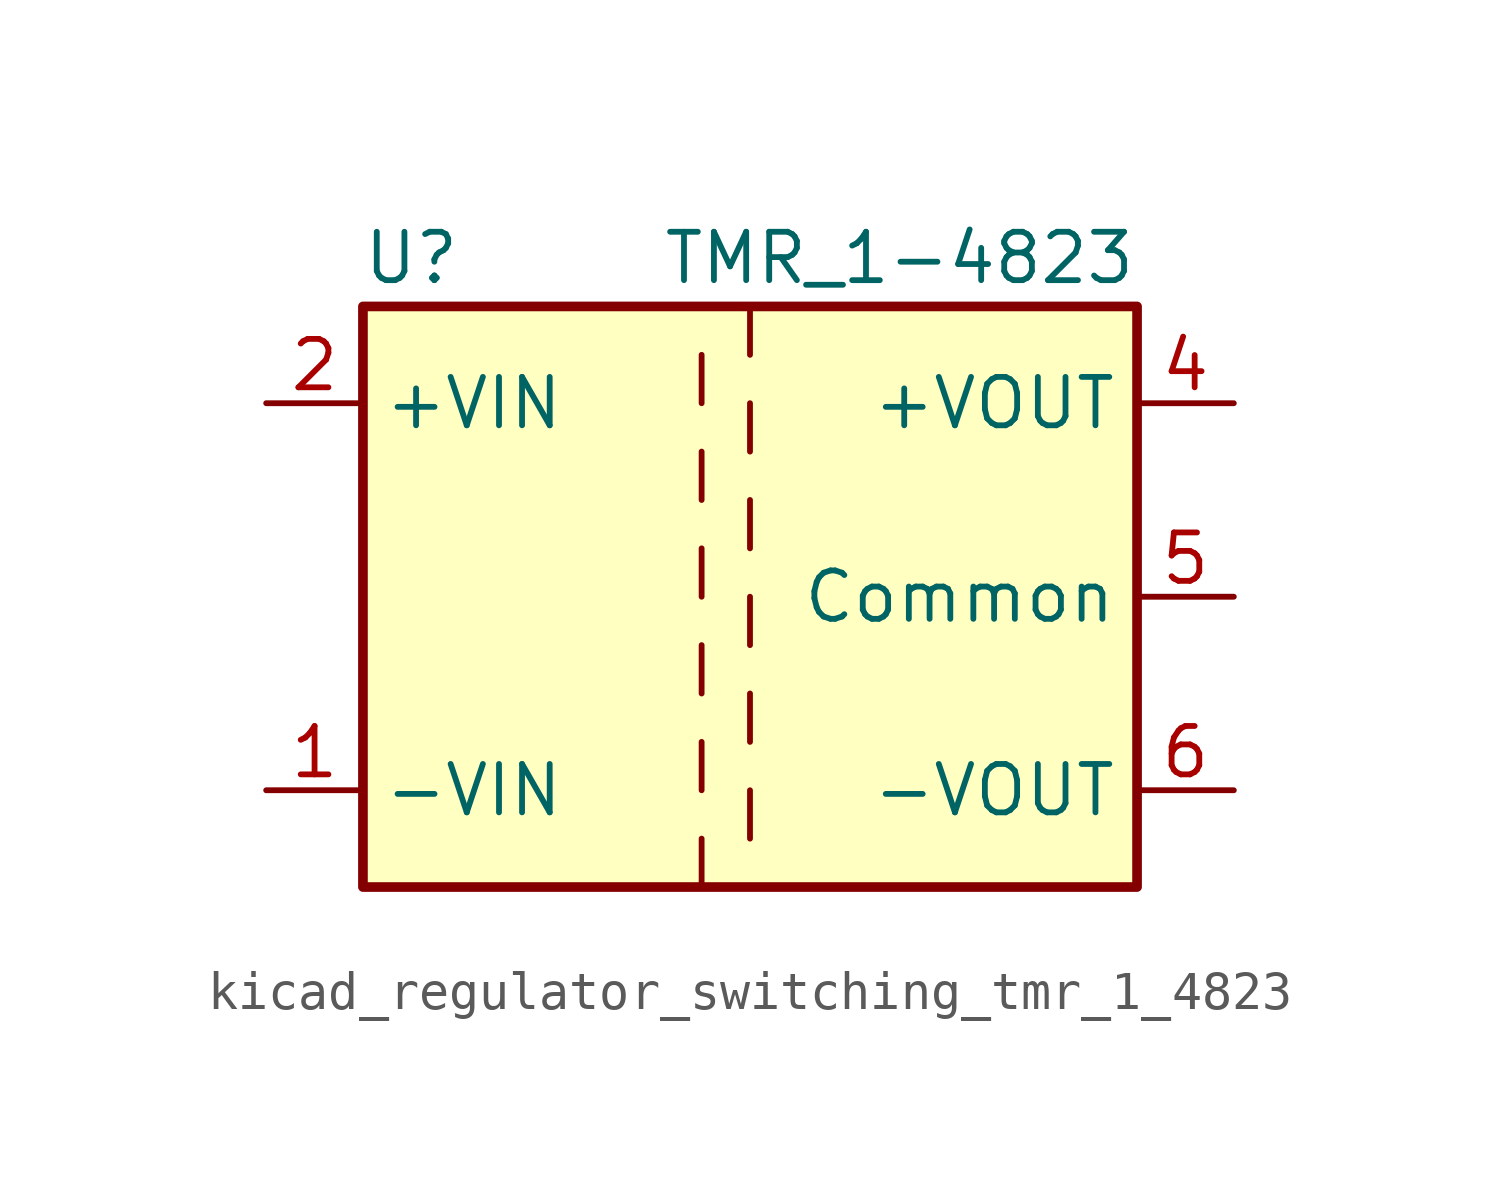
<source format=kicad_sym>
(kicad_symbol_lib
  (version 20220914)
  (generator kicad_symbol_editor)
  (symbol "kicad_regulator_switching_tmr_1_4823"
    (property "Reference" "U"
      (at -8.89 8.89 0)
      (effects (font (size 1.27 1.27))))
    (property "Value" "TMR_1-4823"
      (at 10.16 8.89 0)
      (effects (font (size 1.27 1.27)) (justify right)))
    (symbol "kicad_regulator_switching_tmr_1_4823_0_1"
      (rectangle (start -10.16 7.62) (end 10.16 -7.62) (stroke (width 0.254) (type default)) (fill (type background)))
      (polyline (pts (xy -1.27 -6.35) (xy -1.27 -7.62)) (stroke (width 0) (type default)) (fill (type none)))
      (polyline (pts (xy -1.27 -3.81) (xy -1.27 -5.08)) (stroke (width 0) (type default)) (fill (type none)))
      (polyline (pts (xy -1.27 -1.27) (xy -1.27 -2.54)) (stroke (width 0) (type default)) (fill (type none)))
      (polyline (pts (xy -1.27 1.27) (xy -1.27 0)) (stroke (width 0) (type default)) (fill (type none)))
      (polyline (pts (xy -1.27 3.81) (xy -1.27 2.54)) (stroke (width 0) (type default)) (fill (type none)))
      (polyline (pts (xy -1.27 6.35) (xy -1.27 5.08)) (stroke (width 0) (type default)) (fill (type none)))
      (polyline (pts (xy 0 -5.08) (xy 0 -6.35)) (stroke (width 0) (type default)) (fill (type none)))
      (polyline (pts (xy 0 -2.54) (xy 0 -3.81)) (stroke (width 0) (type default)) (fill (type none)))
      (polyline (pts (xy 0 0) (xy 0 -1.27)) (stroke (width 0) (type default)) (fill (type none)))
      (polyline (pts (xy 0 2.54) (xy 0 1.27)) (stroke (width 0) (type default)) (fill (type none)))
      (polyline (pts (xy 0 5.08) (xy 0 3.81)) (stroke (width 0) (type default)) (fill (type none)))
      (polyline (pts (xy 0 7.62) (xy 0 6.35)) (stroke (width 0) (type default)) (fill (type none))))
    (symbol "kicad_regulator_switching_tmr_1_4823_1_1"
      (pin power_in line (at -12.7 -5.08 0) (length 2.54) (name "-VIN" (effects (font (size 1.27 1.27)))) (number "1" (effects (font (size 1.27 1.27)))))
      (pin power_in line (at -12.7 5.08 0) (length 2.54) (name "+VIN" (effects (font (size 1.27 1.27)))) (number "2" (effects (font (size 1.27 1.27)))))
      (pin power_out line (at 12.7 5.08 180) (length 2.54) (name "+VOUT" (effects (font (size 1.27 1.27)))) (number "4" (effects (font (size 1.27 1.27)))))
      (pin power_out line (at 12.7 0 180) (length 2.54) (name "Common" (effects (font (size 1.27 1.27)))) (number "5" (effects (font (size 1.27 1.27)))))
      (pin power_out line (at 12.7 -5.08 180) (length 2.54) (name "-VOUT" (effects (font (size 1.27 1.27)))) (number "6" (effects (font (size 1.27 1.27))))))))
</source>
